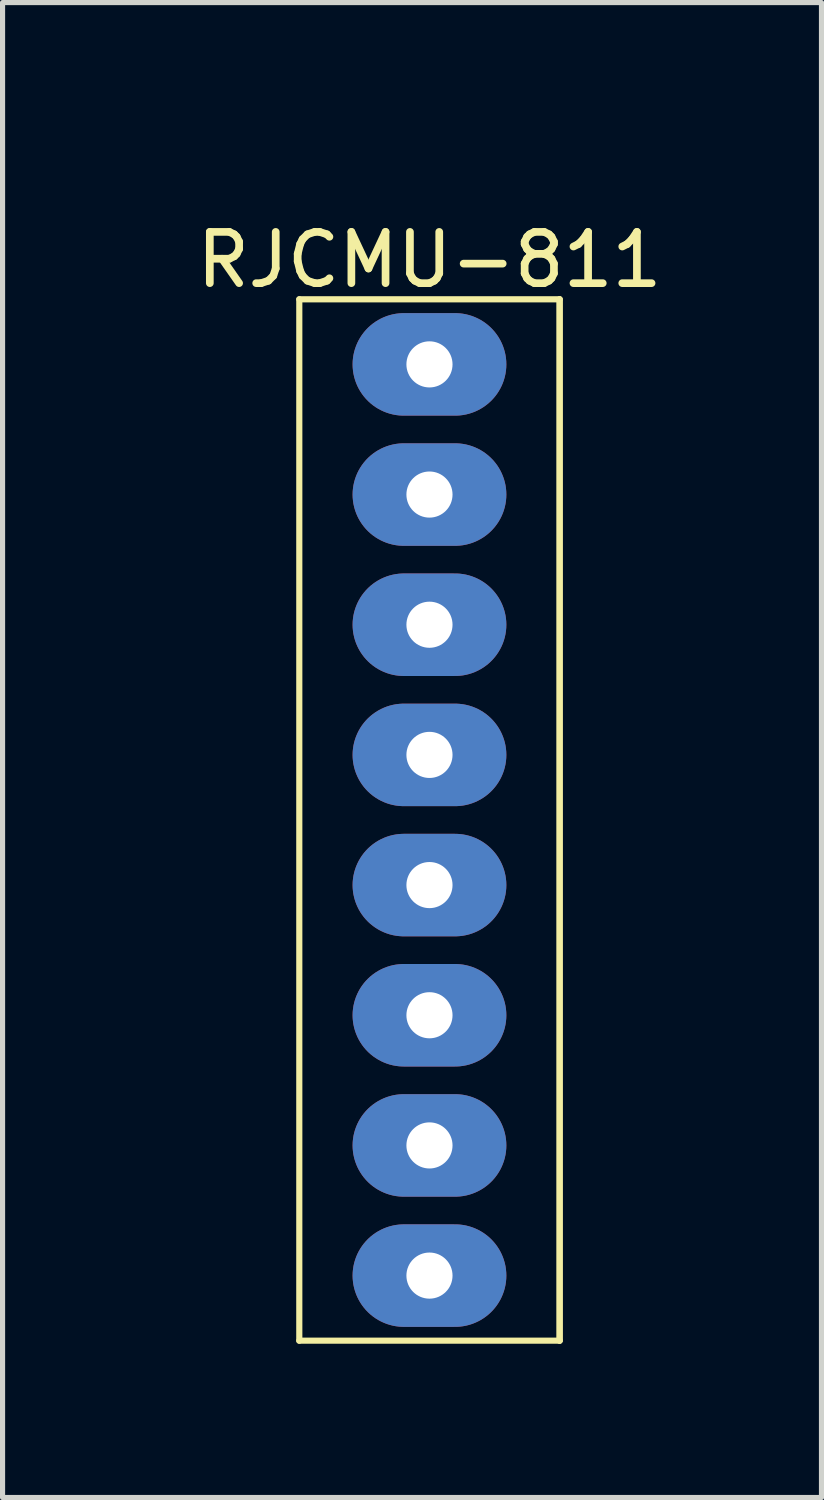
<source format=kicad_pcb>
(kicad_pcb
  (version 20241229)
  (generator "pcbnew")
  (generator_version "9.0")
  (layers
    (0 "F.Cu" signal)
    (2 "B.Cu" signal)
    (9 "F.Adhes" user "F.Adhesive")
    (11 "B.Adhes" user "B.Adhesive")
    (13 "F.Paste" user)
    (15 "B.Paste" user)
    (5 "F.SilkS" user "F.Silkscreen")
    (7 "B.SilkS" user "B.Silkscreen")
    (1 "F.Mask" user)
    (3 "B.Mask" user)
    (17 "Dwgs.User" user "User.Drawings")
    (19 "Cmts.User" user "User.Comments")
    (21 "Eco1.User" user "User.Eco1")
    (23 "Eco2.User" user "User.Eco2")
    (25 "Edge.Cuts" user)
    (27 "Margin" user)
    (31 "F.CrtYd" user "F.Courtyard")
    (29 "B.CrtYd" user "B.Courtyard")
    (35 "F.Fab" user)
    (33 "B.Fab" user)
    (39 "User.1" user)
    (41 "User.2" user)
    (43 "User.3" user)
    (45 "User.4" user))
  (footprint "RJCMU-811"
    (layer "F.Cu")
    (at 0.25 0.25)
    (property "Reference" "RJCMU-811" (at 5.08 1.77 0) (layer "F.SilkS") (effects (font (size 1 1) (thickness 0.15))))
    (attr through_hole)
    (fp_line (start 2.54 2.54) (end 2.54 22.86) (stroke (width 0.12) (type solid)) (layer "F.SilkS"))
    (fp_line (start 2.54 2.54) (end 7.62 2.54) (stroke (width 0.12) (type solid)) (layer "F.SilkS"))
    (fp_line (start 7.62 2.54) (end 7.62 22.86) (stroke (width 0.12) (type solid)) (layer "F.SilkS"))
    (fp_line (start 7.62 2.54) (end 7.62 22.86) (stroke (width 0.12) (type solid)) (layer "F.SilkS"))
    (fp_line (start 7.62 22.86) (end 2.54 22.86) (stroke (width 0.12) (type solid)) (layer "F.SilkS"))
    (pad "1" thru_hole oval (at 5.08 3.81) (size 3 2) (drill 0.9) (layers "*.Cu" "*.Mask"))
    (pad "2" thru_hole oval (at 5.08 6.35) (size 3 2) (drill 0.9) (layers "*.Cu" "*.Mask"))
    (pad "3" thru_hole oval (at 5.08 8.89) (size 3 2) (drill 0.9) (layers "*.Cu" "*.Mask"))
    (pad "4" thru_hole oval (at 5.08 11.43) (size 3 2) (drill 0.9) (layers "*.Cu" "*.Mask"))
    (pad "5" thru_hole oval (at 5.08 13.97) (size 3 2) (drill 0.9) (layers "*.Cu" "*.Mask"))
    (pad "6" thru_hole oval (at 5.08 16.51) (size 3 2) (drill 0.9) (layers "*.Cu" "*.Mask"))
    (pad "7" thru_hole oval (at 5.08 19.05) (size 3 2) (drill 0.9) (layers "*.Cu" "*.Mask"))
    (pad "8" thru_hole oval (at 5.08 21.59) (size 3 2) (drill 0.9) (layers "*.Cu" "*.Mask")))
  (gr_rect
    (start -3 -3)
    (end 12.979 26.17)
    (stroke (width 0.1) (type default))
    (fill no)
    (layer "Edge.Cuts")))
</source>
